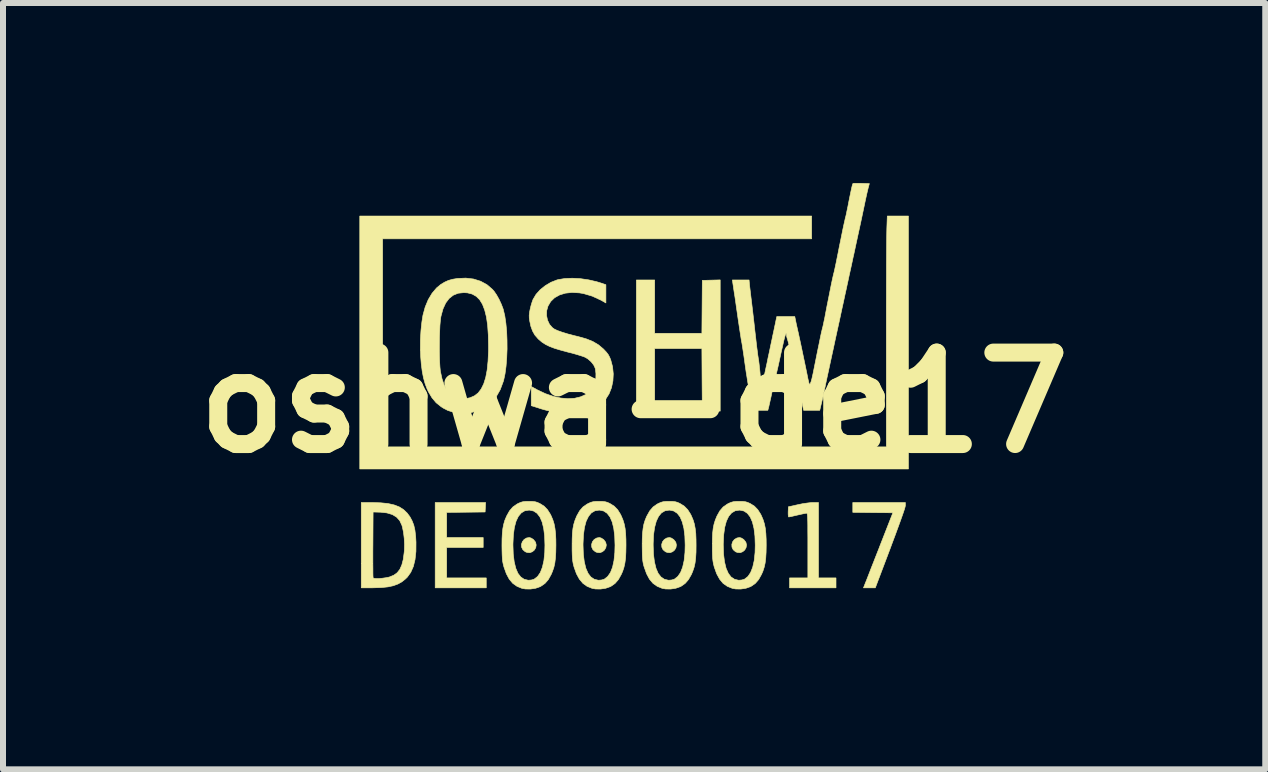
<source format=kicad_pcb>
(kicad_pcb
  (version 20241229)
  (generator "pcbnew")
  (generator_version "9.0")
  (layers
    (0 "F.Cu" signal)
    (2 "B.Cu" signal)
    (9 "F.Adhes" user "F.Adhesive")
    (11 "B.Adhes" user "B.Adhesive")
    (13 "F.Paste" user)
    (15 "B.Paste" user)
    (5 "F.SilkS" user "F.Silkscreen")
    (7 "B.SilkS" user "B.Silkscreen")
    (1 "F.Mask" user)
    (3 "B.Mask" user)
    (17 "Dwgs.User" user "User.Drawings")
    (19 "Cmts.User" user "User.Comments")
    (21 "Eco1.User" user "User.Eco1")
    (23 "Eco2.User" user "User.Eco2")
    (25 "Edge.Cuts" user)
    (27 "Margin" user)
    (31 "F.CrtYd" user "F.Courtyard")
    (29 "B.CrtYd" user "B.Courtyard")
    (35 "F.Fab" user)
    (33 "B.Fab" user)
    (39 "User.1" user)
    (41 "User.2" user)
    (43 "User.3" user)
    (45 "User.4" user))
  (footprint "oshwa-de17"
    (layer "F.Cu")
    (at 7.518 3.661)
    (property "Reference" "oshwa-de17" (at 0 0 0) (layer "F.SilkS") (effects (font (size 1.524 1.524) (thickness 0.3))))
    (attr through_hole)
    (fp_poly (pts (xy -2.483 1.822) (xy -3.124 1.829) (xy -3.124 2.248) (xy -2.515 2.248) (xy -2.515 2.413) (xy -3.124 2.413) (xy -3.124 2.921) (xy -2.464 2.921) (xy -2.464 3.086) (xy -3.315 3.086) (xy -3.315 1.664) (xy -2.475 1.664) (xy -2.483 1.822)) (stroke (width 0.01) (type solid)) (fill yes) (layer "F.SilkS"))
    (fp_poly (pts (xy 1.435 0.141) (xy 1.137 0.133) (xy 1.133 -0.384) (xy 1.13 -0.902) (xy 0.343 -0.902) (xy 0.343 0.14) (xy 0.038 0.14) (xy 0.038 -2.045) (xy 0.343 -2.045) (xy 0.343 -1.156) (xy 1.13 -1.156) (xy 1.137 -2.038) (xy 1.286 -2.042) (xy 1.435 -2.046) (xy 1.435 0.141)) (stroke (width 0.01) (type solid)) (fill yes) (layer "F.SilkS"))
    (fp_poly (pts (xy -1.717 2.256) (xy -1.683 2.277) (xy -1.674 2.285) (xy -1.642 2.326) (xy -1.632 2.372) (xy -1.639 2.416) (xy -1.661 2.455) (xy -1.695 2.484) (xy -1.737 2.5) (xy -1.785 2.496) (xy -1.815 2.484) (xy -1.854 2.45) (xy -1.875 2.408) (xy -1.877 2.361) (xy -1.862 2.317) (xy -1.833 2.28) (xy -1.791 2.255) (xy -1.746 2.248) (xy -1.717 2.256)) (stroke (width 0.01) (type solid)) (fill yes) (layer "F.SilkS"))
    (fp_poly (pts (xy -0.549 2.256) (xy -0.515 2.277) (xy -0.505 2.285) (xy -0.474 2.326) (xy -0.463 2.372) (xy -0.471 2.416) (xy -0.493 2.455) (xy -0.527 2.484) (xy -0.569 2.5) (xy -0.617 2.496) (xy -0.646 2.484) (xy -0.686 2.45) (xy -0.706 2.408) (xy -0.708 2.361) (xy -0.694 2.317) (xy -0.665 2.28) (xy -0.622 2.255) (xy -0.577 2.248) (xy -0.549 2.256)) (stroke (width 0.01) (type solid)) (fill yes) (layer "F.SilkS"))
    (fp_poly (pts (xy 0.62 2.256) (xy 0.653 2.277) (xy 0.663 2.285) (xy 0.695 2.326) (xy 0.705 2.372) (xy 0.698 2.416) (xy 0.676 2.455) (xy 0.642 2.484) (xy 0.599 2.5) (xy 0.552 2.496) (xy 0.522 2.484) (xy 0.482 2.45) (xy 0.462 2.408) (xy 0.46 2.361) (xy 0.474 2.317) (xy 0.504 2.28) (xy 0.546 2.255) (xy 0.591 2.248) (xy 0.62 2.256)) (stroke (width 0.01) (type solid)) (fill yes) (layer "F.SilkS"))
    (fp_poly (pts (xy 1.788 2.256) (xy 1.822 2.277) (xy 1.831 2.285) (xy 1.863 2.326) (xy 1.874 2.372) (xy 1.866 2.416) (xy 1.844 2.455) (xy 1.81 2.484) (xy 1.768 2.5) (xy 1.72 2.496) (xy 1.69 2.484) (xy 1.651 2.45) (xy 1.631 2.408) (xy 1.629 2.361) (xy 1.643 2.317) (xy 1.672 2.28) (xy 1.715 2.255) (xy 1.759 2.248) (xy 1.788 2.256)) (stroke (width 0.01) (type solid)) (fill yes) (layer "F.SilkS"))
    (fp_poly (pts (xy 2.959 -2.731) (xy -4.191 -2.731) (xy -4.191 0.737) (xy 4.204 0.737) (xy 4.204 -0.968) (xy 4.204 -1.179) (xy 4.204 -1.385) (xy 4.204 -1.586) (xy 4.205 -1.778) (xy 4.205 -1.962) (xy 4.206 -2.134) (xy 4.206 -2.294) (xy 4.207 -2.438) (xy 4.208 -2.567) (xy 4.209 -2.678) (xy 4.21 -2.769) (xy 4.211 -2.838) (xy 4.212 -2.884) (xy 4.212 -2.892) (xy 4.22 -3.111) (xy 4.572 -3.111) (xy 4.572 1.105) (xy -4.572 1.105) (xy -4.572 -3.111) (xy 2.959 -3.111) (xy 2.959 -2.731)) (stroke (width 0.01) (type solid)) (fill yes) (layer "F.SilkS"))
    (fp_poly (pts (xy 4.521 1.711) (xy 4.517 1.736) (xy 4.503 1.784) (xy 4.479 1.855) (xy 4.446 1.948) (xy 4.404 2.064) (xy 4.353 2.203) (xy 4.293 2.363) (xy 4.271 2.423) (xy 4.02 3.086) (xy 3.823 3.086) (xy 3.842 3.038) (xy 3.85 3.017) (xy 3.867 2.975) (xy 3.891 2.914) (xy 3.921 2.837) (xy 3.956 2.746) (xy 3.996 2.645) (xy 4.039 2.535) (xy 4.085 2.419) (xy 4.087 2.413) (xy 4.313 1.835) (xy 3.979 1.832) (xy 3.645 1.828) (xy 3.645 1.664) (xy 4.521 1.664) (xy 4.521 1.711)) (stroke (width 0.01) (type solid)) (fill yes) (layer "F.SilkS"))
    (fp_poly (pts (xy 3.073 2.921) (xy 3.365 2.921) (xy 3.365 3.086) (xy 2.591 3.086) (xy 2.591 2.921) (xy 2.896 2.921) (xy 2.896 2.381) (xy 2.896 2.249) (xy 2.895 2.139) (xy 2.895 2.051) (xy 2.894 1.982) (xy 2.892 1.929) (xy 2.89 1.891) (xy 2.888 1.866) (xy 2.884 1.85) (xy 2.88 1.843) (xy 2.876 1.841) (xy 2.857 1.844) (xy 2.818 1.852) (xy 2.767 1.863) (xy 2.723 1.873) (xy 2.667 1.886) (xy 2.62 1.897) (xy 2.588 1.903) (xy 2.576 1.905) (xy 2.571 1.893) (xy 2.568 1.862) (xy 2.568 1.82) (xy 2.572 1.735) (xy 2.731 1.7) (xy 2.808 1.684) (xy 2.884 1.673) (xy 2.949 1.665) (xy 2.981 1.664) (xy 3.073 1.664) (xy 3.073 2.921)) (stroke (width 0.01) (type solid)) (fill yes) (layer "F.SilkS"))
    (fp_poly (pts (xy -4.366 1.664) (xy -4.223 1.669) (xy -4.102 1.681) (xy -4 1.704) (xy -3.914 1.737) (xy -3.843 1.782) (xy -3.783 1.839) (xy -3.736 1.902) (xy -3.7 1.969) (xy -3.672 2.041) (xy -3.653 2.124) (xy -3.641 2.223) (xy -3.635 2.325) (xy -3.636 2.48) (xy -3.651 2.615) (xy -3.679 2.73) (xy -3.722 2.827) (xy -3.779 2.907) (xy -3.812 2.939) (xy -3.872 2.987) (xy -3.938 3.023) (xy -4.014 3.051) (xy -4.102 3.07) (xy -4.207 3.081) (xy -4.333 3.085) (xy -4.366 3.086) (xy -4.547 3.086) (xy -4.547 2.585) (xy -4.354 2.585) (xy -4.354 2.682) (xy -4.353 2.766) (xy -4.353 2.835) (xy -4.352 2.885) (xy -4.35 2.914) (xy -4.35 2.92) (xy -4.334 2.928) (xy -4.3 2.931) (xy -4.252 2.931) (xy -4.197 2.926) (xy -4.14 2.918) (xy -4.088 2.908) (xy -4.072 2.903) (xy -4.004 2.875) (xy -3.948 2.834) (xy -3.904 2.778) (xy -3.871 2.704) (xy -3.847 2.612) (xy -3.832 2.497) (xy -3.828 2.457) (xy -3.826 2.363) (xy -3.831 2.262) (xy -3.843 2.162) (xy -3.861 2.074) (xy -3.87 2.043) (xy -3.906 1.966) (xy -3.959 1.907) (xy -4.03 1.864) (xy -4.121 1.837) (xy -4.231 1.825) (xy -4.246 1.825) (xy -4.35 1.822) (xy -4.353 2.362) (xy -4.354 2.477) (xy -4.354 2.585) (xy -4.547 2.585) (xy -4.547 1.664) (xy -4.366 1.664)) (stroke (width 0.01) (type solid)) (fill yes) (layer "F.SilkS"))
    (fp_poly (pts (xy -1.694 1.646) (xy -1.65 1.651) (xy -1.613 1.662) (xy -1.572 1.68) (xy -1.501 1.724) (xy -1.444 1.783) (xy -1.395 1.86) (xy -1.382 1.887) (xy -1.354 1.953) (xy -1.333 2.021) (xy -1.319 2.095) (xy -1.309 2.18) (xy -1.304 2.281) (xy -1.303 2.375) (xy -1.305 2.492) (xy -1.311 2.59) (xy -1.321 2.672) (xy -1.337 2.744) (xy -1.36 2.811) (xy -1.382 2.863) (xy -1.43 2.949) (xy -1.486 3.013) (xy -1.554 3.06) (xy -1.567 3.067) (xy -1.641 3.093) (xy -1.726 3.106) (xy -1.81 3.105) (xy -1.868 3.095) (xy -1.951 3.061) (xy -2.022 3.011) (xy -2.081 2.941) (xy -2.129 2.851) (xy -2.169 2.739) (xy -2.174 2.72) (xy -2.184 2.679) (xy -2.192 2.638) (xy -2.196 2.592) (xy -2.199 2.535) (xy -2.201 2.462) (xy -2.202 2.388) (xy -2.202 2.375) (xy -2.019 2.375) (xy -2.014 2.525) (xy -1.998 2.653) (xy -1.972 2.76) (xy -1.936 2.844) (xy -1.889 2.905) (xy -1.833 2.943) (xy -1.766 2.959) (xy -1.755 2.959) (xy -1.711 2.955) (xy -1.671 2.944) (xy -1.665 2.941) (xy -1.608 2.897) (xy -1.563 2.831) (xy -1.528 2.742) (xy -1.503 2.631) (xy -1.489 2.497) (xy -1.486 2.375) (xy -1.491 2.224) (xy -1.507 2.095) (xy -1.533 1.989) (xy -1.57 1.905) (xy -1.617 1.844) (xy -1.675 1.806) (xy -1.742 1.791) (xy -1.753 1.791) (xy -1.822 1.802) (xy -1.88 1.837) (xy -1.929 1.895) (xy -1.967 1.975) (xy -1.995 2.078) (xy -2.012 2.204) (xy -2.019 2.352) (xy -2.019 2.375) (xy -2.202 2.375) (xy -2.201 2.271) (xy -2.196 2.175) (xy -2.187 2.095) (xy -2.173 2.025) (xy -2.154 1.96) (xy -2.127 1.896) (xy -2.123 1.887) (xy -2.076 1.803) (xy -2.021 1.739) (xy -1.954 1.692) (xy -1.933 1.68) (xy -1.891 1.662) (xy -1.854 1.651) (xy -1.81 1.646) (xy -1.753 1.645) (xy -1.694 1.646)) (stroke (width 0.01) (type solid)) (fill yes) (layer "F.SilkS"))
    (fp_poly (pts (xy -0.525 1.646) (xy -0.482 1.651) (xy -0.444 1.662) (xy -0.404 1.68) (xy -0.333 1.724) (xy -0.275 1.783) (xy -0.227 1.86) (xy -0.214 1.887) (xy -0.186 1.953) (xy -0.165 2.021) (xy -0.15 2.095) (xy -0.141 2.18) (xy -0.136 2.281) (xy -0.135 2.375) (xy -0.137 2.492) (xy -0.142 2.59) (xy -0.153 2.672) (xy -0.169 2.744) (xy -0.191 2.811) (xy -0.214 2.863) (xy -0.262 2.949) (xy -0.318 3.013) (xy -0.385 3.06) (xy -0.399 3.067) (xy -0.473 3.093) (xy -0.558 3.106) (xy -0.642 3.105) (xy -0.699 3.095) (xy -0.783 3.061) (xy -0.853 3.011) (xy -0.912 2.941) (xy -0.961 2.851) (xy -1.001 2.739) (xy -1.006 2.72) (xy -1.016 2.679) (xy -1.023 2.638) (xy -1.028 2.592) (xy -1.031 2.535) (xy -1.033 2.462) (xy -1.033 2.388) (xy -1.033 2.375) (xy -0.851 2.375) (xy -0.846 2.525) (xy -0.83 2.653) (xy -0.804 2.76) (xy -0.767 2.844) (xy -0.721 2.905) (xy -0.664 2.943) (xy -0.598 2.959) (xy -0.587 2.959) (xy -0.543 2.955) (xy -0.503 2.944) (xy -0.496 2.941) (xy -0.44 2.897) (xy -0.394 2.831) (xy -0.359 2.742) (xy -0.335 2.631) (xy -0.321 2.497) (xy -0.318 2.375) (xy -0.323 2.224) (xy -0.339 2.095) (xy -0.365 1.989) (xy -0.402 1.905) (xy -0.449 1.844) (xy -0.506 1.806) (xy -0.574 1.791) (xy -0.584 1.791) (xy -0.653 1.802) (xy -0.712 1.837) (xy -0.76 1.895) (xy -0.799 1.975) (xy -0.827 2.078) (xy -0.844 2.204) (xy -0.851 2.352) (xy -0.851 2.375) (xy -1.033 2.375) (xy -1.032 2.271) (xy -1.028 2.175) (xy -1.019 2.095) (xy -1.005 2.025) (xy -0.985 1.96) (xy -0.959 1.896) (xy -0.955 1.887) (xy -0.908 1.803) (xy -0.853 1.739) (xy -0.786 1.692) (xy -0.764 1.68) (xy -0.723 1.662) (xy -0.685 1.651) (xy -0.642 1.646) (xy -0.584 1.645) (xy -0.525 1.646)) (stroke (width 0.01) (type solid)) (fill yes) (layer "F.SilkS"))
    (fp_poly (pts (xy 0.643 1.646) (xy 0.686 1.651) (xy 0.724 1.662) (xy 0.764 1.68) (xy 0.835 1.724) (xy 0.893 1.783) (xy 0.942 1.86) (xy 0.955 1.887) (xy 0.983 1.953) (xy 1.004 2.021) (xy 1.018 2.095) (xy 1.028 2.18) (xy 1.032 2.281) (xy 1.033 2.375) (xy 1.032 2.492) (xy 1.026 2.59) (xy 1.016 2.672) (xy 1 2.744) (xy 0.977 2.811) (xy 0.955 2.863) (xy 0.906 2.949) (xy 0.85 3.013) (xy 0.783 3.06) (xy 0.769 3.067) (xy 0.695 3.093) (xy 0.611 3.106) (xy 0.526 3.105) (xy 0.469 3.095) (xy 0.386 3.061) (xy 0.315 3.011) (xy 0.256 2.941) (xy 0.208 2.851) (xy 0.168 2.739) (xy 0.162 2.72) (xy 0.152 2.679) (xy 0.145 2.638) (xy 0.14 2.592) (xy 0.137 2.535) (xy 0.136 2.462) (xy 0.135 2.388) (xy 0.135 2.375) (xy 0.318 2.375) (xy 0.323 2.525) (xy 0.339 2.653) (xy 0.365 2.76) (xy 0.401 2.844) (xy 0.448 2.905) (xy 0.504 2.943) (xy 0.571 2.959) (xy 0.582 2.959) (xy 0.626 2.955) (xy 0.665 2.944) (xy 0.672 2.941) (xy 0.728 2.897) (xy 0.774 2.831) (xy 0.809 2.742) (xy 0.834 2.631) (xy 0.848 2.497) (xy 0.851 2.375) (xy 0.846 2.224) (xy 0.83 2.095) (xy 0.803 1.989) (xy 0.767 1.905) (xy 0.72 1.844) (xy 0.662 1.806) (xy 0.595 1.791) (xy 0.584 1.791) (xy 0.515 1.802) (xy 0.456 1.837) (xy 0.408 1.895) (xy 0.37 1.975) (xy 0.342 2.078) (xy 0.324 2.204) (xy 0.318 2.352) (xy 0.318 2.375) (xy 0.135 2.375) (xy 0.136 2.271) (xy 0.141 2.175) (xy 0.15 2.095) (xy 0.163 2.025) (xy 0.183 1.96) (xy 0.209 1.896) (xy 0.214 1.887) (xy 0.261 1.803) (xy 0.316 1.739) (xy 0.382 1.692) (xy 0.404 1.68) (xy 0.446 1.662) (xy 0.483 1.651) (xy 0.527 1.646) (xy 0.584 1.645) (xy 0.643 1.646)) (stroke (width 0.01) (type solid)) (fill yes) (layer "F.SilkS"))
    (fp_poly (pts (xy 1.811 1.646) (xy 1.855 1.651) (xy 1.892 1.662) (xy 1.933 1.68) (xy 2.004 1.724) (xy 2.061 1.783) (xy 2.11 1.86) (xy 2.123 1.887) (xy 2.151 1.953) (xy 2.172 2.021) (xy 2.187 2.095) (xy 2.196 2.18) (xy 2.201 2.281) (xy 2.202 2.375) (xy 2.2 2.492) (xy 2.194 2.59) (xy 2.184 2.672) (xy 2.168 2.744) (xy 2.146 2.811) (xy 2.123 2.863) (xy 2.075 2.949) (xy 2.019 3.013) (xy 1.951 3.06) (xy 1.938 3.067) (xy 1.864 3.093) (xy 1.779 3.106) (xy 1.695 3.105) (xy 1.638 3.095) (xy 1.554 3.061) (xy 1.483 3.011) (xy 1.425 2.941) (xy 1.376 2.851) (xy 1.336 2.739) (xy 1.331 2.72) (xy 1.321 2.679) (xy 1.314 2.638) (xy 1.309 2.592) (xy 1.306 2.535) (xy 1.304 2.462) (xy 1.304 2.388) (xy 1.304 2.375) (xy 1.486 2.375) (xy 1.491 2.525) (xy 1.507 2.653) (xy 1.533 2.76) (xy 1.57 2.844) (xy 1.616 2.905) (xy 1.673 2.943) (xy 1.739 2.959) (xy 1.75 2.959) (xy 1.794 2.955) (xy 1.834 2.944) (xy 1.841 2.941) (xy 1.897 2.897) (xy 1.942 2.831) (xy 1.977 2.742) (xy 2.002 2.631) (xy 2.016 2.497) (xy 2.019 2.375) (xy 2.014 2.224) (xy 1.998 2.095) (xy 1.972 1.989) (xy 1.935 1.905) (xy 1.888 1.844) (xy 1.831 1.806) (xy 1.763 1.791) (xy 1.753 1.791) (xy 1.684 1.802) (xy 1.625 1.837) (xy 1.576 1.895) (xy 1.538 1.975) (xy 1.51 2.078) (xy 1.493 2.204) (xy 1.486 2.352) (xy 1.486 2.375) (xy 1.304 2.375) (xy 1.305 2.271) (xy 1.309 2.175) (xy 1.318 2.095) (xy 1.332 2.025) (xy 1.352 1.96) (xy 1.378 1.896) (xy 1.382 1.887) (xy 1.429 1.803) (xy 1.484 1.739) (xy 1.551 1.692) (xy 1.572 1.68) (xy 1.614 1.662) (xy 1.652 1.651) (xy 1.695 1.646) (xy 1.753 1.645) (xy 1.811 1.646)) (stroke (width 0.01) (type solid)) (fill yes) (layer "F.SilkS"))
    (fp_poly (pts (xy -2.676 -2.061) (xy -2.558 -2.024) (xy -2.453 -1.967) (xy -2.362 -1.889) (xy -2.333 -1.856) (xy -2.292 -1.796) (xy -2.25 -1.721) (xy -2.212 -1.639) (xy -2.182 -1.56) (xy -2.18 -1.551) (xy -2.155 -1.447) (xy -2.137 -1.324) (xy -2.124 -1.188) (xy -2.118 -1.042) (xy -2.117 -0.893) (xy -2.123 -0.747) (xy -2.134 -0.608) (xy -2.151 -0.481) (xy -2.174 -0.373) (xy -2.18 -0.354) (xy -2.231 -0.217) (xy -2.298 -0.099) (xy -2.38 -0.002) (xy -2.475 0.074) (xy -2.584 0.129) (xy -2.706 0.162) (xy -2.839 0.173) (xy -2.959 0.165) (xy -3.038 0.151) (xy -3.106 0.129) (xy -3.174 0.094) (xy -3.215 0.068) (xy -3.298 0.002) (xy -3.368 -0.081) (xy -3.428 -0.182) (xy -3.45 -0.229) (xy -3.483 -0.317) (xy -3.51 -0.413) (xy -3.531 -0.521) (xy -3.547 -0.647) (xy -3.556 -0.757) (xy -3.561 -0.877) (xy -3.246 -0.877) (xy -3.244 -0.773) (xy -3.241 -0.678) (xy -3.236 -0.597) (xy -3.23 -0.535) (xy -3.228 -0.521) (xy -3.201 -0.397) (xy -3.167 -0.297) (xy -3.124 -0.217) (xy -3.072 -0.155) (xy -3.01 -0.111) (xy -2.957 -0.088) (xy -2.883 -0.068) (xy -2.814 -0.066) (xy -2.74 -0.081) (xy -2.732 -0.083) (xy -2.661 -0.114) (xy -2.599 -0.162) (xy -2.548 -0.229) (xy -2.506 -0.314) (xy -2.473 -0.419) (xy -2.449 -0.545) (xy -2.434 -0.693) (xy -2.426 -0.864) (xy -2.426 -0.944) (xy -2.43 -1.129) (xy -2.441 -1.29) (xy -2.461 -1.428) (xy -2.49 -1.544) (xy -2.527 -1.64) (xy -2.574 -1.716) (xy -2.631 -1.772) (xy -2.698 -1.81) (xy -2.776 -1.83) (xy -2.838 -1.834) (xy -2.933 -1.824) (xy -3.014 -1.791) (xy -3.083 -1.737) (xy -3.14 -1.661) (xy -3.185 -1.563) (xy -3.218 -1.443) (xy -3.222 -1.422) (xy -3.229 -1.366) (xy -3.236 -1.289) (xy -3.24 -1.196) (xy -3.244 -1.094) (xy -3.245 -0.986) (xy -3.246 -0.877) (xy -3.561 -0.877) (xy -3.562 -0.901) (xy -3.561 -1.052) (xy -3.552 -1.203) (xy -3.537 -1.344) (xy -3.519 -1.457) (xy -3.482 -1.593) (xy -3.431 -1.716) (xy -3.367 -1.823) (xy -3.292 -1.912) (xy -3.226 -1.967) (xy -3.159 -2.008) (xy -3.095 -2.037) (xy -3.024 -2.057) (xy -2.944 -2.07) (xy -2.805 -2.076) (xy -2.676 -2.061)) (stroke (width 0.01) (type solid)) (fill yes) (layer "F.SilkS"))
    (fp_poly (pts (xy -0.896 -2.067) (xy -0.759 -2.047) (xy -0.624 -2.016) (xy -0.568 -1.999) (xy -0.47 -1.966) (xy -0.47 -1.662) (xy -0.549 -1.707) (xy -0.696 -1.775) (xy -0.845 -1.819) (xy -0.913 -1.83) (xy -1.035 -1.837) (xy -1.146 -1.825) (xy -1.243 -1.795) (xy -1.325 -1.749) (xy -1.39 -1.686) (xy -1.435 -1.61) (xy -1.457 -1.532) (xy -1.459 -1.452) (xy -1.443 -1.375) (xy -1.41 -1.305) (xy -1.362 -1.25) (xy -1.33 -1.227) (xy -1.277 -1.202) (xy -1.201 -1.175) (xy -1.104 -1.145) (xy -0.988 -1.115) (xy -0.926 -1.1) (xy -0.796 -1.063) (xy -0.687 -1.019) (xy -0.594 -0.964) (xy -0.513 -0.896) (xy -0.507 -0.89) (xy -0.462 -0.842) (xy -0.43 -0.8) (xy -0.407 -0.756) (xy -0.39 -0.715) (xy -0.359 -0.599) (xy -0.347 -0.48) (xy -0.353 -0.362) (xy -0.377 -0.249) (xy -0.418 -0.146) (xy -0.476 -0.056) (xy -0.518 -0.01) (xy -0.604 0.055) (xy -0.703 0.108) (xy -0.809 0.143) (xy -0.824 0.147) (xy -0.875 0.155) (xy -0.94 0.162) (xy -1.013 0.168) (xy -1.085 0.172) (xy -1.15 0.173) (xy -1.2 0.172) (xy -1.213 0.17) (xy -1.306 0.157) (xy -1.381 0.144) (xy -1.446 0.131) (xy -1.507 0.115) (xy -1.571 0.096) (xy -1.578 0.093) (xy -1.714 0.05) (xy -1.714 -0.269) (xy -1.61 -0.212) (xy -1.478 -0.15) (xy -1.349 -0.105) (xy -1.223 -0.077) (xy -1.104 -0.067) (xy -0.993 -0.073) (xy -0.893 -0.097) (xy -0.805 -0.136) (xy -0.732 -0.192) (xy -0.676 -0.265) (xy -0.659 -0.298) (xy -0.644 -0.348) (xy -0.637 -0.413) (xy -0.636 -0.483) (xy -0.643 -0.548) (xy -0.649 -0.576) (xy -0.674 -0.629) (xy -0.717 -0.683) (xy -0.771 -0.73) (xy -0.812 -0.755) (xy -0.843 -0.768) (xy -0.893 -0.784) (xy -0.958 -0.804) (xy -1.032 -0.825) (xy -1.105 -0.843) (xy -1.226 -0.876) (xy -1.326 -0.906) (xy -1.408 -0.937) (xy -1.475 -0.97) (xy -1.533 -1.007) (xy -1.583 -1.049) (xy -1.601 -1.066) (xy -1.654 -1.127) (xy -1.692 -1.194) (xy -1.721 -1.274) (xy -1.74 -1.363) (xy -1.747 -1.412) (xy -1.748 -1.457) (xy -1.742 -1.508) (xy -1.734 -1.551) (xy -1.72 -1.611) (xy -1.702 -1.671) (xy -1.685 -1.719) (xy -1.682 -1.724) (xy -1.634 -1.805) (xy -1.565 -1.882) (xy -1.48 -1.95) (xy -1.386 -2.006) (xy -1.287 -2.045) (xy -1.264 -2.051) (xy -1.155 -2.069) (xy -1.03 -2.074) (xy -0.896 -2.067)) (stroke (width 0.01) (type solid)) (fill yes) (layer "F.SilkS"))
    (fp_poly (pts (xy 3.745 -3.656) (xy 3.788 -3.655) (xy 3.921 -3.651) (xy 3.902 -3.581) (xy 3.893 -3.544) (xy 3.88 -3.489) (xy 3.865 -3.421) (xy 3.849 -3.347) (xy 3.841 -3.308) (xy 3.811 -3.166) (xy 3.777 -3.005) (xy 3.739 -2.831) (xy 3.7 -2.651) (xy 3.661 -2.469) (xy 3.651 -2.426) (xy 3.632 -2.337) (xy 3.61 -2.235) (xy 3.586 -2.128) (xy 3.565 -2.028) (xy 3.556 -1.988) (xy 3.536 -1.894) (xy 3.513 -1.791) (xy 3.491 -1.687) (xy 3.47 -1.593) (xy 3.462 -1.556) (xy 3.42 -1.36) (xy 3.382 -1.187) (xy 3.349 -1.036) (xy 3.321 -0.904) (xy 3.296 -0.79) (xy 3.275 -0.693) (xy 3.257 -0.61) (xy 3.242 -0.539) (xy 3.229 -0.48) (xy 3.218 -0.43) (xy 3.209 -0.387) (xy 3.201 -0.35) (xy 3.194 -0.318) (xy 3.188 -0.287) (xy 3.182 -0.258) (xy 3.181 -0.254) (xy 3.165 -0.18) (xy 3.148 -0.101) (xy 3.131 -0.027) (xy 3.122 0.01) (xy 3.094 0.127) (xy 2.825 0.127) (xy 2.801 0.01) (xy 2.788 -0.052) (xy 2.775 -0.114) (xy 2.762 -0.165) (xy 2.759 -0.178) (xy 2.749 -0.217) (xy 2.735 -0.275) (xy 2.718 -0.352) (xy 2.696 -0.449) (xy 2.669 -0.568) (xy 2.638 -0.71) (xy 2.611 -0.832) (xy 2.595 -0.903) (xy 2.58 -0.966) (xy 2.567 -1.018) (xy 2.557 -1.053) (xy 2.553 -1.064) (xy 2.543 -1.101) (xy 2.54 -1.127) (xy 2.538 -1.151) (xy 2.531 -1.151) (xy 2.521 -1.129) (xy 2.508 -1.085) (xy 2.492 -1.021) (xy 2.484 -0.984) (xy 2.452 -0.843) (xy 2.426 -0.725) (xy 2.405 -0.628) (xy 2.387 -0.55) (xy 2.373 -0.489) (xy 2.363 -0.444) (xy 2.355 -0.412) (xy 2.35 -0.392) (xy 2.346 -0.381) (xy 2.346 -0.381) (xy 2.341 -0.362) (xy 2.331 -0.324) (xy 2.319 -0.27) (xy 2.305 -0.206) (xy 2.299 -0.178) (xy 2.284 -0.107) (xy 2.269 -0.04) (xy 2.256 0.018) (xy 2.247 0.058) (xy 2.245 0.067) (xy 2.229 0.127) (xy 1.959 0.127) (xy 1.931 -0.086) (xy 1.921 -0.162) (xy 1.911 -0.234) (xy 1.902 -0.297) (xy 1.894 -0.344) (xy 1.891 -0.362) (xy 1.886 -0.394) (xy 1.878 -0.446) (xy 1.867 -0.513) (xy 1.856 -0.591) (xy 1.844 -0.675) (xy 1.842 -0.692) (xy 1.83 -0.777) (xy 1.818 -0.857) (xy 1.807 -0.929) (xy 1.798 -0.986) (xy 1.791 -1.024) (xy 1.79 -1.029) (xy 1.784 -1.061) (xy 1.776 -1.115) (xy 1.765 -1.184) (xy 1.753 -1.264) (xy 1.74 -1.351) (xy 1.733 -1.397) (xy 1.72 -1.49) (xy 1.706 -1.584) (xy 1.694 -1.671) (xy 1.683 -1.747) (xy 1.674 -1.806) (xy 1.671 -1.822) (xy 1.662 -1.882) (xy 1.654 -1.938) (xy 1.647 -1.982) (xy 1.645 -1.997) (xy 1.638 -2.045) (xy 1.916 -2.045) (xy 1.924 -1.959) (xy 1.93 -1.908) (xy 1.938 -1.842) (xy 1.946 -1.773) (xy 1.95 -1.74) (xy 1.956 -1.693) (xy 1.964 -1.625) (xy 1.974 -1.542) (xy 1.985 -1.446) (xy 1.997 -1.343) (xy 2.009 -1.237) (xy 2.012 -1.206) (xy 2.024 -1.105) (xy 2.035 -1.009) (xy 2.045 -0.922) (xy 2.055 -0.848) (xy 2.062 -0.79) (xy 2.068 -0.752) (xy 2.069 -0.743) (xy 2.076 -0.704) (xy 2.083 -0.648) (xy 2.09 -0.583) (xy 2.096 -0.527) (xy 2.103 -0.448) (xy 2.109 -0.391) (xy 2.115 -0.353) (xy 2.12 -0.33) (xy 2.126 -0.32) (xy 2.132 -0.318) (xy 2.14 -0.329) (xy 2.15 -0.358) (xy 2.156 -0.384) (xy 2.164 -0.42) (xy 2.175 -0.474) (xy 2.189 -0.541) (xy 2.205 -0.615) (xy 2.215 -0.66) (xy 2.232 -0.745) (xy 2.254 -0.845) (xy 2.276 -0.952) (xy 2.298 -1.055) (xy 2.311 -1.118) (xy 2.328 -1.196) (xy 2.343 -1.268) (xy 2.356 -1.328) (xy 2.365 -1.374) (xy 2.371 -1.399) (xy 2.371 -1.4) (xy 2.378 -1.435) (xy 2.678 -1.435) (xy 2.693 -1.362) (xy 2.704 -1.308) (xy 2.718 -1.246) (xy 2.727 -1.206) (xy 2.739 -1.153) (xy 2.755 -1.079) (xy 2.775 -0.987) (xy 2.797 -0.882) (xy 2.821 -0.768) (xy 2.846 -0.649) (xy 2.87 -0.533) (xy 2.884 -0.465) (xy 2.896 -0.404) (xy 2.907 -0.356) (xy 2.914 -0.326) (xy 2.916 -0.319) (xy 2.925 -0.306) (xy 2.935 -0.315) (xy 2.949 -0.348) (xy 2.964 -0.403) (xy 2.982 -0.483) (xy 2.994 -0.543) (xy 3.029 -0.717) (xy 3.059 -0.867) (xy 3.085 -0.991) (xy 3.105 -1.091) (xy 3.121 -1.166) (xy 3.133 -1.216) (xy 3.139 -1.242) (xy 3.14 -1.245) (xy 3.145 -1.263) (xy 3.154 -1.302) (xy 3.165 -1.356) (xy 3.179 -1.421) (xy 3.186 -1.46) (xy 3.216 -1.617) (xy 3.244 -1.756) (xy 3.268 -1.877) (xy 3.288 -1.978) (xy 3.305 -2.057) (xy 3.318 -2.115) (xy 3.326 -2.148) (xy 3.327 -2.153) (xy 3.334 -2.179) (xy 3.344 -2.224) (xy 3.357 -2.284) (xy 3.371 -2.351) (xy 3.377 -2.382) (xy 3.4 -2.496) (xy 3.422 -2.608) (xy 3.444 -2.715) (xy 3.464 -2.814) (xy 3.482 -2.902) (xy 3.498 -2.976) (xy 3.511 -3.033) (xy 3.519 -3.071) (xy 3.523 -3.086) (xy 3.528 -3.104) (xy 3.537 -3.143) (xy 3.548 -3.198) (xy 3.562 -3.264) (xy 3.574 -3.327) (xy 3.595 -3.432) (xy 3.612 -3.514) (xy 3.625 -3.575) (xy 3.635 -3.617) (xy 3.643 -3.643) (xy 3.648 -3.653) (xy 3.663 -3.655) (xy 3.697 -3.656) (xy 3.745 -3.656)) (stroke (width 0.01) (type solid)) (fill yes) (layer "F.SilkS")))
  (gr_rect
    (start -3 -3)
    (end 18.037 9.772)
    (stroke (width 0.1) (type default))
    (fill no)
    (layer "Edge.Cuts")))
</source>
